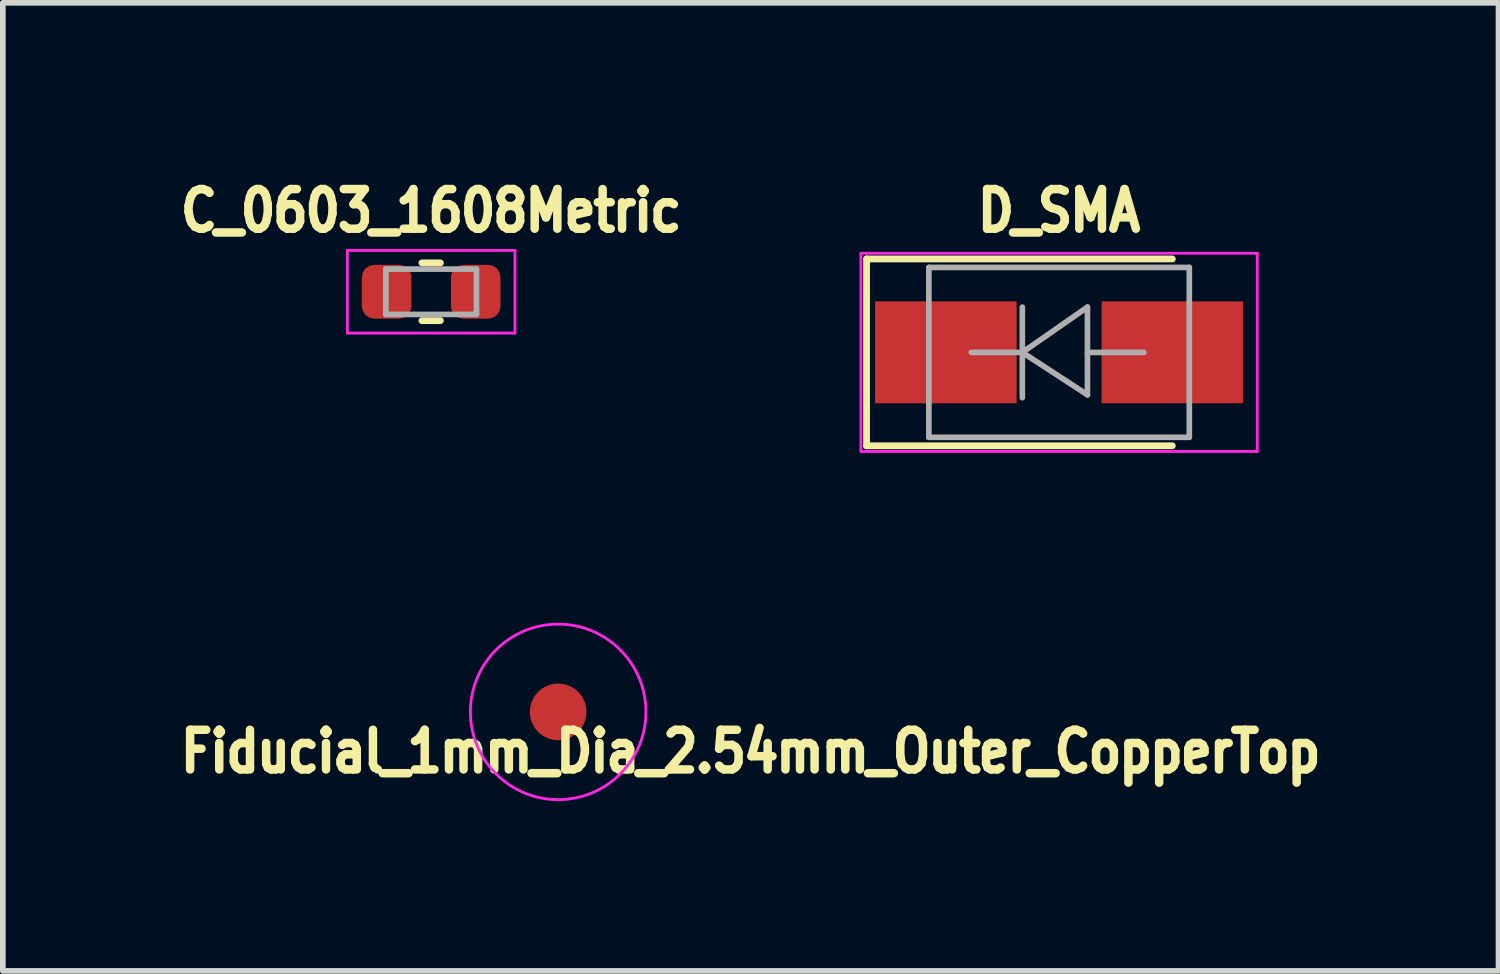
<source format=kicad_pcb>
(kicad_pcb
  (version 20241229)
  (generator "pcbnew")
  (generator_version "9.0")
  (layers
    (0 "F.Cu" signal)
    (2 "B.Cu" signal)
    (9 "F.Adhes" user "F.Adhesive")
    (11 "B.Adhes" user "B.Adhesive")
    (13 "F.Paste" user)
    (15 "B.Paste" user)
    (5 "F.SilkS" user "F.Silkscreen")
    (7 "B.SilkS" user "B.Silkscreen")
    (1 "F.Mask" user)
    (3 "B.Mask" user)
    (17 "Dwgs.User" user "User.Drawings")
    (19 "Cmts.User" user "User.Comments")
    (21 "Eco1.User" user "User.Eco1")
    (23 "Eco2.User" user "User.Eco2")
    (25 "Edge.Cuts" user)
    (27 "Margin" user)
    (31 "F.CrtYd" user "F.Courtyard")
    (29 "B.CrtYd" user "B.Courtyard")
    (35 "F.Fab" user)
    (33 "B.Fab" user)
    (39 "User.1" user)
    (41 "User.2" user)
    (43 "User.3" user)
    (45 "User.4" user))
  (footprint "D_SMA"
    (layer "F.Cu")
    (at 15.655 3.173)
    (property "Reference" "D_SMA" (at 0 -2.5 0) (layer "F.SilkS") (effects (font (size 0.7 0.6) (thickness 0.15))))
    (attr smd)
    (fp_line (start -3.4 -1.65) (end -3.4 1.65) (stroke (width 0.12) (type solid)) (layer "F.SilkS"))
    (fp_line (start -3.4 -1.65) (end 2 -1.65) (stroke (width 0.12) (type solid)) (layer "F.SilkS"))
    (fp_line (start -3.4 1.65) (end 2 1.65) (stroke (width 0.12) (type solid)) (layer "F.SilkS"))
    (fp_line (start -3.5 -1.75) (end 3.5 -1.75) (stroke (width 0.05) (type solid)) (layer "F.CrtYd"))
    (fp_line (start -3.5 1.75) (end -3.5 -1.75) (stroke (width 0.05) (type solid)) (layer "F.CrtYd"))
    (fp_line (start 3.5 -1.75) (end 3.5 1.75) (stroke (width 0.05) (type solid)) (layer "F.CrtYd"))
    (fp_line (start 3.5 1.75) (end -3.5 1.75) (stroke (width 0.05) (type solid)) (layer "F.CrtYd"))
    (fp_line (start -2.3 1.5) (end -2.3 -1.5) (stroke (width 0.1) (type solid)) (layer "F.Fab"))
    (fp_line (start -0.649 -0.799) (end -0.649 0.801) (stroke (width 0.1) (type solid)) (layer "F.Fab"))
    (fp_line (start -0.649 0.001) (end -1.551 0.001) (stroke (width 0.1) (type solid)) (layer "F.Fab"))
    (fp_line (start -0.649 0.001) (end 0.501 -0.799) (stroke (width 0.1) (type solid)) (layer "F.Fab"))
    (fp_line (start -0.649 0.001) (end 0.501 0.75) (stroke (width 0.1) (type solid)) (layer "F.Fab"))
    (fp_line (start 0.501 0.001) (end 1.499 0.001) (stroke (width 0.1) (type solid)) (layer "F.Fab"))
    (fp_line (start 0.501 0.75) (end 0.501 -0.799) (stroke (width 0.1) (type solid)) (layer "F.Fab"))
    (fp_line (start 2.3 -1.5) (end -2.3 -1.5) (stroke (width 0.1) (type solid)) (layer "F.Fab"))
    (fp_line (start 2.3 -1.5) (end 2.3 1.5) (stroke (width 0.1) (type solid)) (layer "F.Fab"))
    (fp_line (start 2.3 1.5) (end -2.3 1.5) (stroke (width 0.1) (type solid)) (layer "F.Fab"))
    (pad "1" smd rect (at -2 0) (size 2.5 1.8) (layers "F.Cu" "F.Mask" "F.Paste"))
    (pad "2" smd rect (at 2 0) (size 2.5 1.8) (layers "F.Cu" "F.Mask" "F.Paste")))
  (footprint "Fiducial_1mm_Dia_2.54mm_Outer_CopperTop"
    (layer "F.Cu")
    (at 6.808 9.523)
    (property "Reference" "Fiducial_1mm_Dia_2.54mm_Outer_CopperTop" (at 3.4 0.7 0) (layer "F.SilkS") (effects (font (size 0.7 0.6) (thickness 0.15))))
    (attr exclude_from_pos_files exclude_from_bom)
    (fp_circle (center 0 0) (end 1.55 0) (stroke (width 0.05) (type solid)) (fill no) (layer "F.CrtYd"))
    (pad "~" smd circle (at 0 0) (size 1 1) (layers "F.Cu" "F.Mask")))
  (footprint "C_0603_1608Metric"
    (layer "F.Cu")
    (at 4.565 2.103)
    (property "Reference" "C_0603_1608Metric" (at 0 -1.43 0) (layer "F.SilkS") (effects (font (size 0.7 0.6) (thickness 0.15))))
    (attr smd)
    (fp_line (start -0.163 -0.51) (end 0.163 -0.51) (stroke (width 0.12) (type solid)) (layer "F.SilkS"))
    (fp_line (start -0.163 0.51) (end 0.163 0.51) (stroke (width 0.12) (type solid)) (layer "F.SilkS"))
    (fp_line (start -1.48 -0.73) (end 1.48 -0.73) (stroke (width 0.05) (type solid)) (layer "F.CrtYd"))
    (fp_line (start -1.48 0.73) (end -1.48 -0.73) (stroke (width 0.05) (type solid)) (layer "F.CrtYd"))
    (fp_line (start 1.48 -0.73) (end 1.48 0.73) (stroke (width 0.05) (type solid)) (layer "F.CrtYd"))
    (fp_line (start 1.48 0.73) (end -1.48 0.73) (stroke (width 0.05) (type solid)) (layer "F.CrtYd"))
    (fp_line (start -0.8 -0.4) (end 0.8 -0.4) (stroke (width 0.1) (type solid)) (layer "F.Fab"))
    (fp_line (start -0.8 0.4) (end -0.8 -0.4) (stroke (width 0.1) (type solid)) (layer "F.Fab"))
    (fp_line (start 0.8 -0.4) (end 0.8 0.4) (stroke (width 0.1) (type solid)) (layer "F.Fab"))
    (fp_line (start 0.8 0.4) (end -0.8 0.4) (stroke (width 0.1) (type solid)) (layer "F.Fab"))
    (pad "1" smd roundrect (at -0.787 0) (size 0.875 0.95) (layers "F.Cu" "F.Mask" "F.Paste") (roundrect_rratio 0.25))
    (pad "2" smd roundrect (at 0.787 0) (size 0.875 0.95) (layers "F.Cu" "F.Mask" "F.Paste") (roundrect_rratio 0.25)))
  (gr_rect
    (start -3 -3)
    (end 23.416 14.098)
    (stroke (width 0.1) (type default))
    (fill no)
    (layer "Edge.Cuts")))
</source>
